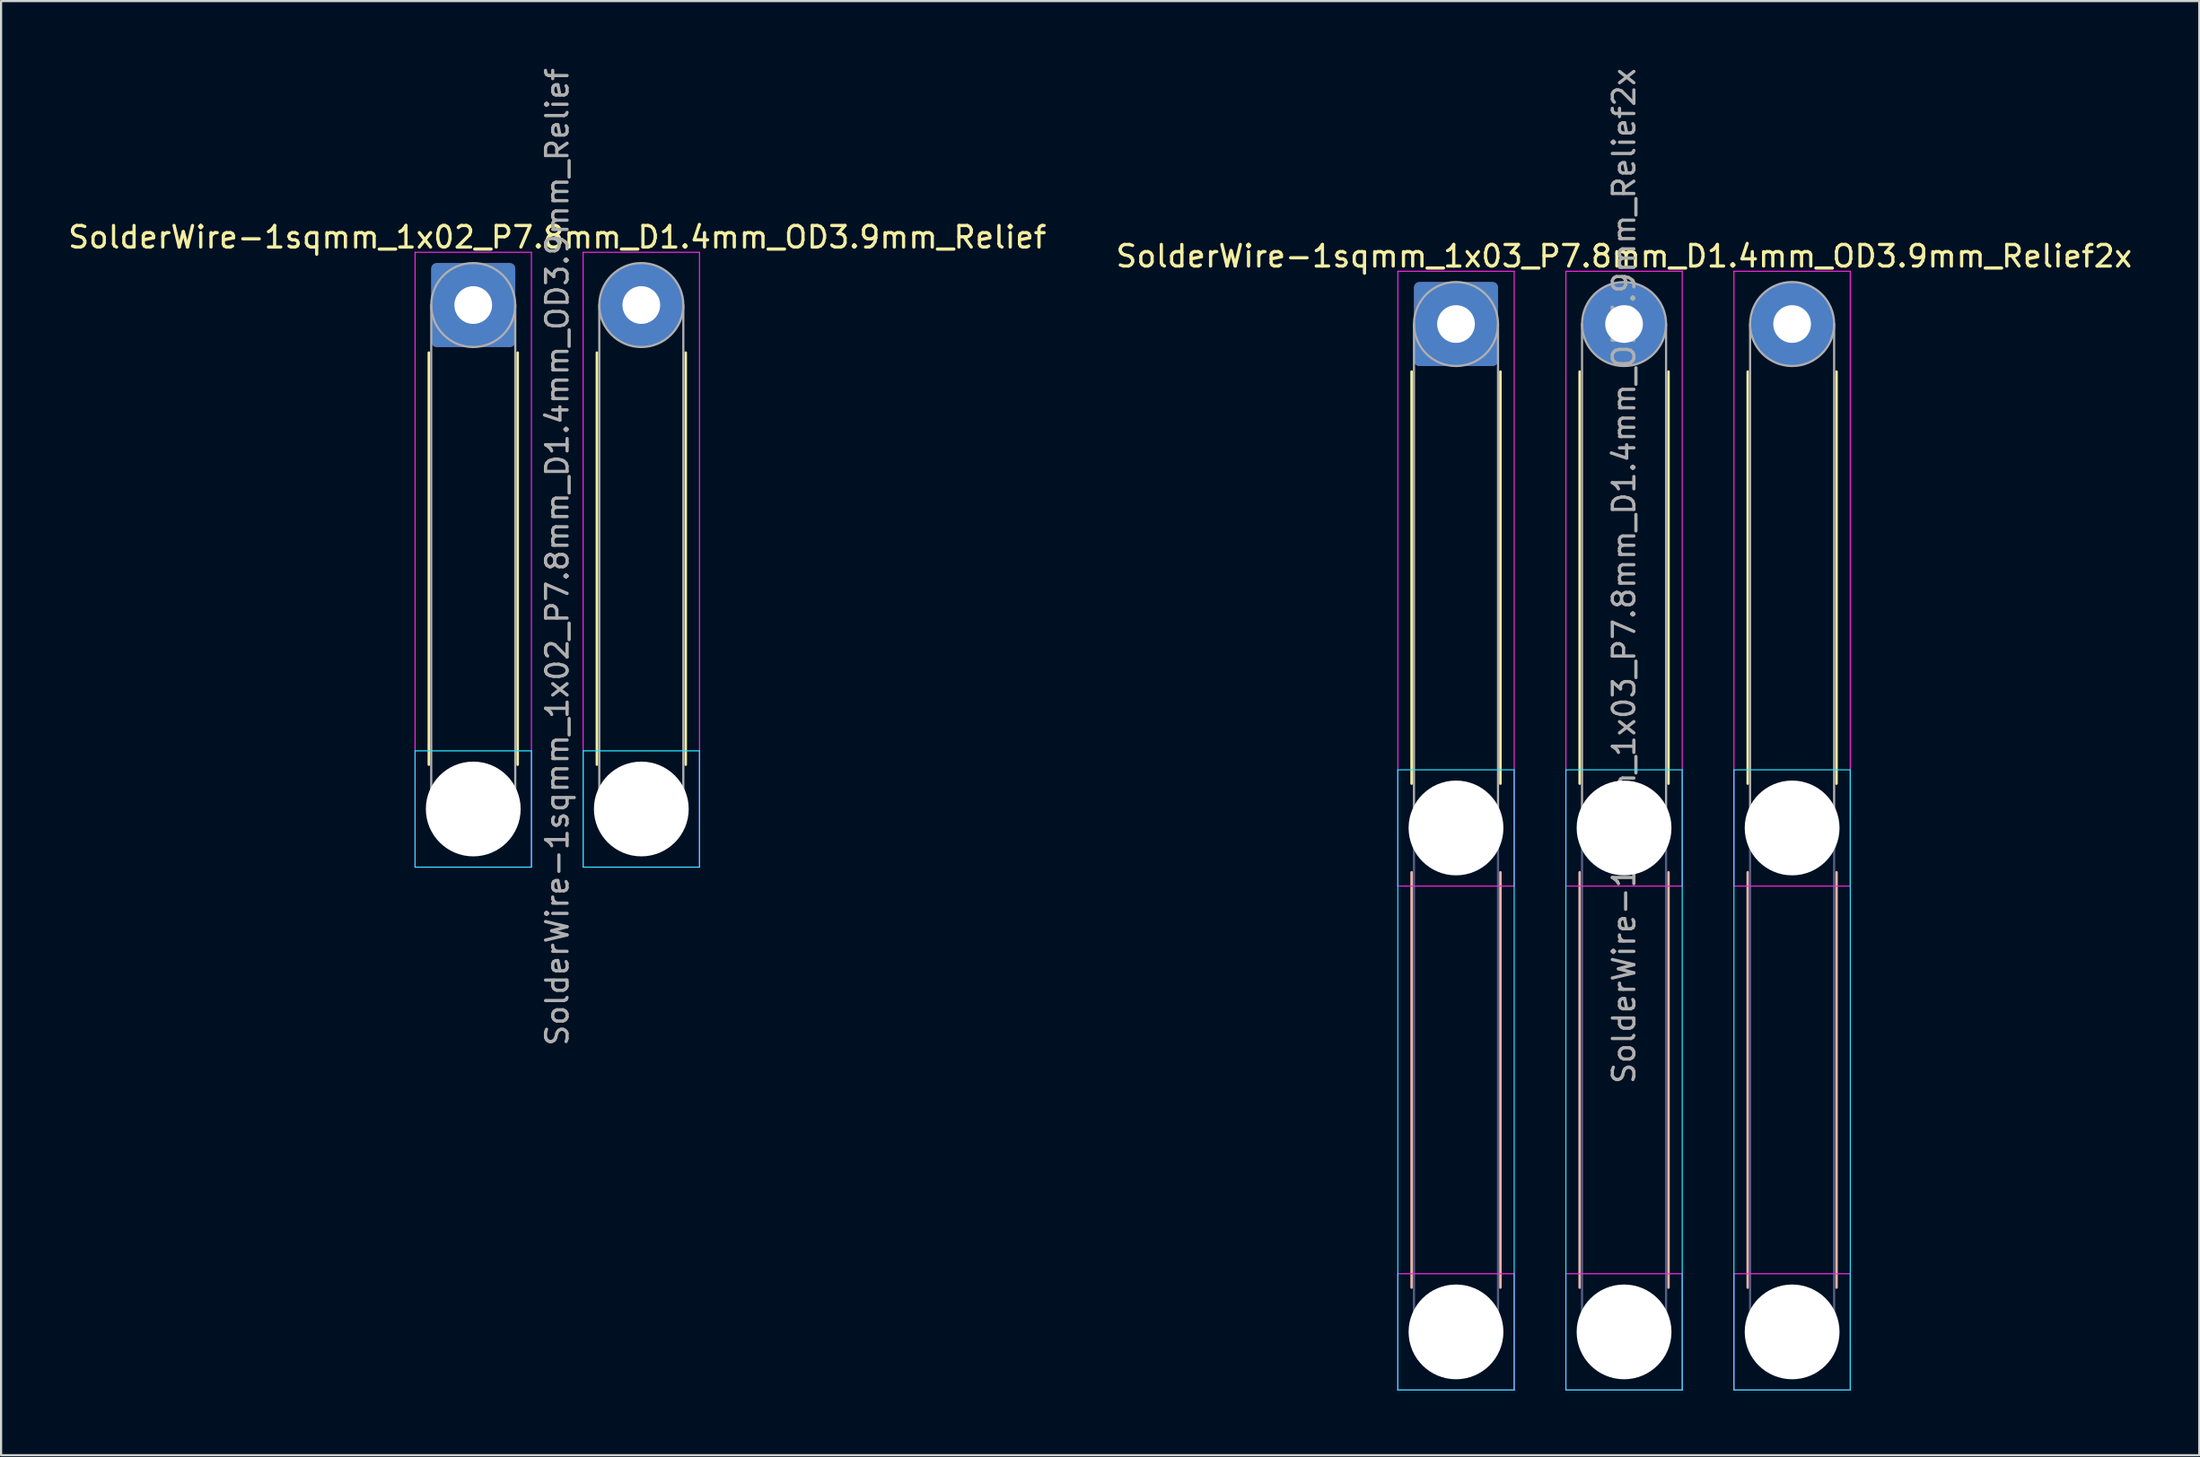
<source format=kicad_pcb>
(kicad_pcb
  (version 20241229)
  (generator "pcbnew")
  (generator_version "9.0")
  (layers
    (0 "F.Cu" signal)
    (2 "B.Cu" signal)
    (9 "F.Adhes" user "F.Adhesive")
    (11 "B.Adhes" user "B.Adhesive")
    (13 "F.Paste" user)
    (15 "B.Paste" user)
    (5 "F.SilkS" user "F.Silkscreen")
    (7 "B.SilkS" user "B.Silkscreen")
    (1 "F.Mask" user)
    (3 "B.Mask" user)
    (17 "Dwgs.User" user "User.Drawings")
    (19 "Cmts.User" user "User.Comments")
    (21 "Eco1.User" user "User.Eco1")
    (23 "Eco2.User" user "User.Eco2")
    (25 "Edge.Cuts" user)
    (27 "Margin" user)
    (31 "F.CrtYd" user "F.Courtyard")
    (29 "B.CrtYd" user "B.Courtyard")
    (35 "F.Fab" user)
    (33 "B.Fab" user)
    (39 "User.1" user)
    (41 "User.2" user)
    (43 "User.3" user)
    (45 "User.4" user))
  (footprint "SolderWire-1sqmm_1x03_P7.8mm_D1.4mm_OD3.9mm_Relief2x"
    (layer "F.Cu")
    (at 64.527 11.996)
    (property "Reference" "SolderWire-1sqmm_1x03_P7.8mm_D1.4mm_OD3.9mm_Relief2x" (at 7.8 -3.15 0) (layer "F.SilkS") (effects (font (size 1 1) (thickness 0.15))))
    (attr exclude_from_pos_files exclude_from_bom)
    (fp_line (start -2.06 2.21) (end -2.06 21.34) (stroke (width 0.12) (type solid)) (layer "F.SilkS"))
    (fp_line (start 2.06 2.21) (end 2.06 21.34) (stroke (width 0.12) (type solid)) (layer "F.SilkS"))
    (fp_line (start 5.74 2.21) (end 5.74 21.34) (stroke (width 0.12) (type solid)) (layer "F.SilkS"))
    (fp_line (start 9.86 2.21) (end 9.86 21.34) (stroke (width 0.12) (type solid)) (layer "F.SilkS"))
    (fp_line (start 13.54 2.21) (end 13.54 21.34) (stroke (width 0.12) (type solid)) (layer "F.SilkS"))
    (fp_line (start 17.66 2.21) (end 17.66 21.34) (stroke (width 0.12) (type solid)) (layer "F.SilkS"))
    (fp_line (start -2.06 25.46) (end -2.06 44.74) (stroke (width 0.12) (type solid)) (layer "B.SilkS"))
    (fp_line (start 2.06 25.46) (end 2.06 44.74) (stroke (width 0.12) (type solid)) (layer "B.SilkS"))
    (fp_line (start 5.74 25.46) (end 5.74 44.74) (stroke (width 0.12) (type solid)) (layer "B.SilkS"))
    (fp_line (start 9.86 25.46) (end 9.86 44.74) (stroke (width 0.12) (type solid)) (layer "B.SilkS"))
    (fp_line (start 13.54 25.46) (end 13.54 44.74) (stroke (width 0.12) (type solid)) (layer "B.SilkS"))
    (fp_line (start 17.66 25.46) (end 17.66 44.74) (stroke (width 0.12) (type solid)) (layer "B.SilkS"))
    (fp_line (start -2.7 20.7) (end -2.7 49.5) (stroke (width 0.05) (type solid)) (layer "B.CrtYd"))
    (fp_line (start -2.7 49.5) (end 2.7 49.5) (stroke (width 0.05) (type solid)) (layer "B.CrtYd"))
    (fp_line (start 2.7 20.7) (end -2.7 20.7) (stroke (width 0.05) (type solid)) (layer "B.CrtYd"))
    (fp_line (start 2.7 49.5) (end 2.7 20.7) (stroke (width 0.05) (type solid)) (layer "B.CrtYd"))
    (fp_line (start 5.1 20.7) (end 5.1 49.5) (stroke (width 0.05) (type solid)) (layer "B.CrtYd"))
    (fp_line (start 5.1 49.5) (end 10.5 49.5) (stroke (width 0.05) (type solid)) (layer "B.CrtYd"))
    (fp_line (start 10.5 20.7) (end 5.1 20.7) (stroke (width 0.05) (type solid)) (layer "B.CrtYd"))
    (fp_line (start 10.5 49.5) (end 10.5 20.7) (stroke (width 0.05) (type solid)) (layer "B.CrtYd"))
    (fp_line (start 12.9 20.7) (end 12.9 49.5) (stroke (width 0.05) (type solid)) (layer "B.CrtYd"))
    (fp_line (start 12.9 49.5) (end 18.3 49.5) (stroke (width 0.05) (type solid)) (layer "B.CrtYd"))
    (fp_line (start 18.3 20.7) (end 12.9 20.7) (stroke (width 0.05) (type solid)) (layer "B.CrtYd"))
    (fp_line (start 18.3 49.5) (end 18.3 20.7) (stroke (width 0.05) (type solid)) (layer "B.CrtYd"))
    (fp_line (start -2.7 -2.45) (end -2.7 26.1) (stroke (width 0.05) (type solid)) (layer "F.CrtYd"))
    (fp_line (start -2.7 26.1) (end 2.7 26.1) (stroke (width 0.05) (type solid)) (layer "F.CrtYd"))
    (fp_line (start -2.7 44.1) (end -2.7 49.5) (stroke (width 0.05) (type solid)) (layer "F.CrtYd"))
    (fp_line (start -2.7 49.5) (end 2.7 49.5) (stroke (width 0.05) (type solid)) (layer "F.CrtYd"))
    (fp_line (start 2.7 -2.45) (end -2.7 -2.45) (stroke (width 0.05) (type solid)) (layer "F.CrtYd"))
    (fp_line (start 2.7 26.1) (end 2.7 -2.45) (stroke (width 0.05) (type solid)) (layer "F.CrtYd"))
    (fp_line (start 2.7 44.1) (end -2.7 44.1) (stroke (width 0.05) (type solid)) (layer "F.CrtYd"))
    (fp_line (start 2.7 49.5) (end 2.7 44.1) (stroke (width 0.05) (type solid)) (layer "F.CrtYd"))
    (fp_line (start 5.1 -2.45) (end 5.1 26.1) (stroke (width 0.05) (type solid)) (layer "F.CrtYd"))
    (fp_line (start 5.1 26.1) (end 10.5 26.1) (stroke (width 0.05) (type solid)) (layer "F.CrtYd"))
    (fp_line (start 5.1 44.1) (end 5.1 49.5) (stroke (width 0.05) (type solid)) (layer "F.CrtYd"))
    (fp_line (start 5.1 49.5) (end 10.5 49.5) (stroke (width 0.05) (type solid)) (layer "F.CrtYd"))
    (fp_line (start 10.5 -2.45) (end 5.1 -2.45) (stroke (width 0.05) (type solid)) (layer "F.CrtYd"))
    (fp_line (start 10.5 26.1) (end 10.5 -2.45) (stroke (width 0.05) (type solid)) (layer "F.CrtYd"))
    (fp_line (start 10.5 44.1) (end 5.1 44.1) (stroke (width 0.05) (type solid)) (layer "F.CrtYd"))
    (fp_line (start 10.5 49.5) (end 10.5 44.1) (stroke (width 0.05) (type solid)) (layer "F.CrtYd"))
    (fp_line (start 12.9 -2.45) (end 12.9 26.1) (stroke (width 0.05) (type solid)) (layer "F.CrtYd"))
    (fp_line (start 12.9 26.1) (end 18.3 26.1) (stroke (width 0.05) (type solid)) (layer "F.CrtYd"))
    (fp_line (start 12.9 44.1) (end 12.9 49.5) (stroke (width 0.05) (type solid)) (layer "F.CrtYd"))
    (fp_line (start 12.9 49.5) (end 18.3 49.5) (stroke (width 0.05) (type solid)) (layer "F.CrtYd"))
    (fp_line (start 18.3 -2.45) (end 12.9 -2.45) (stroke (width 0.05) (type solid)) (layer "F.CrtYd"))
    (fp_line (start 18.3 26.1) (end 18.3 -2.45) (stroke (width 0.05) (type solid)) (layer "F.CrtYd"))
    (fp_line (start 18.3 44.1) (end 12.9 44.1) (stroke (width 0.05) (type solid)) (layer "F.CrtYd"))
    (fp_line (start 18.3 49.5) (end 18.3 44.1) (stroke (width 0.05) (type solid)) (layer "F.CrtYd"))
    (fp_line (start -1.95 23.4) (end -1.95 46.8) (stroke (width 0.1) (type solid)) (layer "B.Fab"))
    (fp_line (start 1.95 23.4) (end 1.95 46.8) (stroke (width 0.1) (type solid)) (layer "B.Fab"))
    (fp_line (start 5.85 23.4) (end 5.85 46.8) (stroke (width 0.1) (type solid)) (layer "B.Fab"))
    (fp_line (start 9.75 23.4) (end 9.75 46.8) (stroke (width 0.1) (type solid)) (layer "B.Fab"))
    (fp_line (start 13.65 23.4) (end 13.65 46.8) (stroke (width 0.1) (type solid)) (layer "B.Fab"))
    (fp_line (start 17.55 23.4) (end 17.55 46.8) (stroke (width 0.1) (type solid)) (layer "B.Fab"))
    (fp_circle (center 0 23.4) (end 1.95 23.4) (stroke (width 0.1) (type solid)) (fill no) (layer "B.Fab"))
    (fp_circle (center 0 46.8) (end 1.95 46.8) (stroke (width 0.1) (type solid)) (fill no) (layer "B.Fab"))
    (fp_circle (center 7.8 23.4) (end 9.75 23.4) (stroke (width 0.1) (type solid)) (fill no) (layer "B.Fab"))
    (fp_circle (center 7.8 46.8) (end 9.75 46.8) (stroke (width 0.1) (type solid)) (fill no) (layer "B.Fab"))
    (fp_circle (center 15.6 23.4) (end 17.55 23.4) (stroke (width 0.1) (type solid)) (fill no) (layer "B.Fab"))
    (fp_circle (center 15.6 46.8) (end 17.55 46.8) (stroke (width 0.1) (type solid)) (fill no) (layer "B.Fab"))
    (fp_line (start -1.95 0) (end -1.95 23.4) (stroke (width 0.1) (type solid)) (layer "F.Fab"))
    (fp_line (start 1.95 0) (end 1.95 23.4) (stroke (width 0.1) (type solid)) (layer "F.Fab"))
    (fp_line (start 5.85 0) (end 5.85 23.4) (stroke (width 0.1) (type solid)) (layer "F.Fab"))
    (fp_line (start 9.75 0) (end 9.75 23.4) (stroke (width 0.1) (type solid)) (layer "F.Fab"))
    (fp_line (start 13.65 0) (end 13.65 23.4) (stroke (width 0.1) (type solid)) (layer "F.Fab"))
    (fp_line (start 17.55 0) (end 17.55 23.4) (stroke (width 0.1) (type solid)) (layer "F.Fab"))
    (fp_circle (center 0 0) (end 1.95 0) (stroke (width 0.1) (type solid)) (fill no) (layer "F.Fab"))
    (fp_circle (center 0 23.4) (end 1.95 23.4) (stroke (width 0.1) (type solid)) (fill no) (layer "F.Fab"))
    (fp_circle (center 0 46.8) (end 1.95 46.8) (stroke (width 0.1) (type solid)) (fill no) (layer "F.Fab"))
    (fp_circle (center 7.8 0) (end 9.75 0) (stroke (width 0.1) (type solid)) (fill no) (layer "F.Fab"))
    (fp_circle (center 7.8 23.4) (end 9.75 23.4) (stroke (width 0.1) (type solid)) (fill no) (layer "F.Fab"))
    (fp_circle (center 7.8 46.8) (end 9.75 46.8) (stroke (width 0.1) (type solid)) (fill no) (layer "F.Fab"))
    (fp_circle (center 15.6 0) (end 17.55 0) (stroke (width 0.1) (type solid)) (fill no) (layer "F.Fab"))
    (fp_circle (center 15.6 23.4) (end 17.55 23.4) (stroke (width 0.1) (type solid)) (fill no) (layer "F.Fab"))
    (fp_circle (center 15.6 46.8) (end 17.55 46.8) (stroke (width 0.1) (type solid)) (fill no) (layer "F.Fab"))
    (fp_text user "${REFERENCE}" (at 7.8 11.7 90) (layer "F.Fab") (effects (font (size 1 1) (thickness 0.15))))
    (pad "" np_thru_hole circle (at 0 23.4) (size 4.4 4.4) (drill 4.4) (layers "*.Cu" "*.Mask"))
    (pad "" np_thru_hole circle (at 0 46.8) (size 4.4 4.4) (drill 4.4) (layers "*.Cu" "*.Mask"))
    (pad "" np_thru_hole circle (at 7.8 23.4) (size 4.4 4.4) (drill 4.4) (layers "*.Cu" "*.Mask"))
    (pad "" np_thru_hole circle (at 7.8 46.8) (size 4.4 4.4) (drill 4.4) (layers "*.Cu" "*.Mask"))
    (pad "" np_thru_hole circle (at 15.6 23.4) (size 4.4 4.4) (drill 4.4) (layers "*.Cu" "*.Mask"))
    (pad "" np_thru_hole circle (at 15.6 46.8) (size 4.4 4.4) (drill 4.4) (layers "*.Cu" "*.Mask"))
    (pad "1" thru_hole roundrect (at 0 0) (size 3.9 3.9) (drill 1.75) (layers "*.Cu" "*.Mask") (roundrect_rratio 0.064))
    (pad "2" thru_hole circle (at 7.8 0) (size 3.9 3.9) (drill 1.75) (layers "*.Cu" "*.Mask"))
    (pad "3" thru_hole circle (at 15.6 0) (size 3.9 3.9) (drill 1.75) (layers "*.Cu" "*.Mask")))
  (footprint "SolderWire-1sqmm_1x02_P7.8mm_D1.4mm_OD3.9mm_Relief"
    (layer "F.Cu")
    (at 18.915 11.115)
    (property "Reference" "SolderWire-1sqmm_1x02_P7.8mm_D1.4mm_OD3.9mm_Relief" (at 3.9 -3.15 0) (layer "F.SilkS") (effects (font (size 1 1) (thickness 0.15))))
    (attr exclude_from_pos_files exclude_from_bom)
    (fp_line (start -2.06 2.21) (end -2.06 21.34) (stroke (width 0.12) (type solid)) (layer "F.SilkS"))
    (fp_line (start 2.06 2.21) (end 2.06 21.34) (stroke (width 0.12) (type solid)) (layer "F.SilkS"))
    (fp_line (start 5.74 2.21) (end 5.74 21.34) (stroke (width 0.12) (type solid)) (layer "F.SilkS"))
    (fp_line (start 9.86 2.21) (end 9.86 21.34) (stroke (width 0.12) (type solid)) (layer "F.SilkS"))
    (fp_line (start -2.7 20.7) (end -2.7 26.1) (stroke (width 0.05) (type solid)) (layer "B.CrtYd"))
    (fp_line (start -2.7 26.1) (end 2.7 26.1) (stroke (width 0.05) (type solid)) (layer "B.CrtYd"))
    (fp_line (start 2.7 20.7) (end -2.7 20.7) (stroke (width 0.05) (type solid)) (layer "B.CrtYd"))
    (fp_line (start 2.7 26.1) (end 2.7 20.7) (stroke (width 0.05) (type solid)) (layer "B.CrtYd"))
    (fp_line (start 5.1 20.7) (end 5.1 26.1) (stroke (width 0.05) (type solid)) (layer "B.CrtYd"))
    (fp_line (start 5.1 26.1) (end 10.5 26.1) (stroke (width 0.05) (type solid)) (layer "B.CrtYd"))
    (fp_line (start 10.5 20.7) (end 5.1 20.7) (stroke (width 0.05) (type solid)) (layer "B.CrtYd"))
    (fp_line (start 10.5 26.1) (end 10.5 20.7) (stroke (width 0.05) (type solid)) (layer "B.CrtYd"))
    (fp_line (start -2.7 -2.45) (end -2.7 26.1) (stroke (width 0.05) (type solid)) (layer "F.CrtYd"))
    (fp_line (start -2.7 26.1) (end 2.7 26.1) (stroke (width 0.05) (type solid)) (layer "F.CrtYd"))
    (fp_line (start 2.7 -2.45) (end -2.7 -2.45) (stroke (width 0.05) (type solid)) (layer "F.CrtYd"))
    (fp_line (start 2.7 26.1) (end 2.7 -2.45) (stroke (width 0.05) (type solid)) (layer "F.CrtYd"))
    (fp_line (start 5.1 -2.45) (end 5.1 26.1) (stroke (width 0.05) (type solid)) (layer "F.CrtYd"))
    (fp_line (start 5.1 26.1) (end 10.5 26.1) (stroke (width 0.05) (type solid)) (layer "F.CrtYd"))
    (fp_line (start 10.5 -2.45) (end 5.1 -2.45) (stroke (width 0.05) (type solid)) (layer "F.CrtYd"))
    (fp_line (start 10.5 26.1) (end 10.5 -2.45) (stroke (width 0.05) (type solid)) (layer "F.CrtYd"))
    (fp_line (start -1.95 0) (end -1.95 23.4) (stroke (width 0.1) (type solid)) (layer "F.Fab"))
    (fp_line (start 1.95 0) (end 1.95 23.4) (stroke (width 0.1) (type solid)) (layer "F.Fab"))
    (fp_line (start 5.85 0) (end 5.85 23.4) (stroke (width 0.1) (type solid)) (layer "F.Fab"))
    (fp_line (start 9.75 0) (end 9.75 23.4) (stroke (width 0.1) (type solid)) (layer "F.Fab"))
    (fp_circle (center 0 0) (end 1.95 0) (stroke (width 0.1) (type solid)) (fill no) (layer "F.Fab"))
    (fp_circle (center 0 23.4) (end 1.95 23.4) (stroke (width 0.1) (type solid)) (fill no) (layer "F.Fab"))
    (fp_circle (center 7.8 0) (end 9.75 0) (stroke (width 0.1) (type solid)) (fill no) (layer "F.Fab"))
    (fp_circle (center 7.8 23.4) (end 9.75 23.4) (stroke (width 0.1) (type solid)) (fill no) (layer "F.Fab"))
    (fp_text user "${REFERENCE}" (at 3.9 11.7 90) (layer "F.Fab") (effects (font (size 1 1) (thickness 0.15))))
    (pad "" np_thru_hole circle (at 0 23.4) (size 4.4 4.4) (drill 4.4) (layers "*.Cu" "*.Mask"))
    (pad "" np_thru_hole circle (at 7.8 23.4) (size 4.4 4.4) (drill 4.4) (layers "*.Cu" "*.Mask"))
    (pad "1" thru_hole roundrect (at 0 0) (size 3.9 3.9) (drill 1.75) (layers "*.Cu" "*.Mask") (roundrect_rratio 0.064))
    (pad "2" thru_hole circle (at 7.8 0) (size 3.9 3.9) (drill 1.75) (layers "*.Cu" "*.Mask")))
  (gr_rect
    (start -3 -3)
    (end 99.024 64.521)
    (stroke (width 0.1) (type default))
    (fill no)
    (layer "Edge.Cuts")))
</source>
